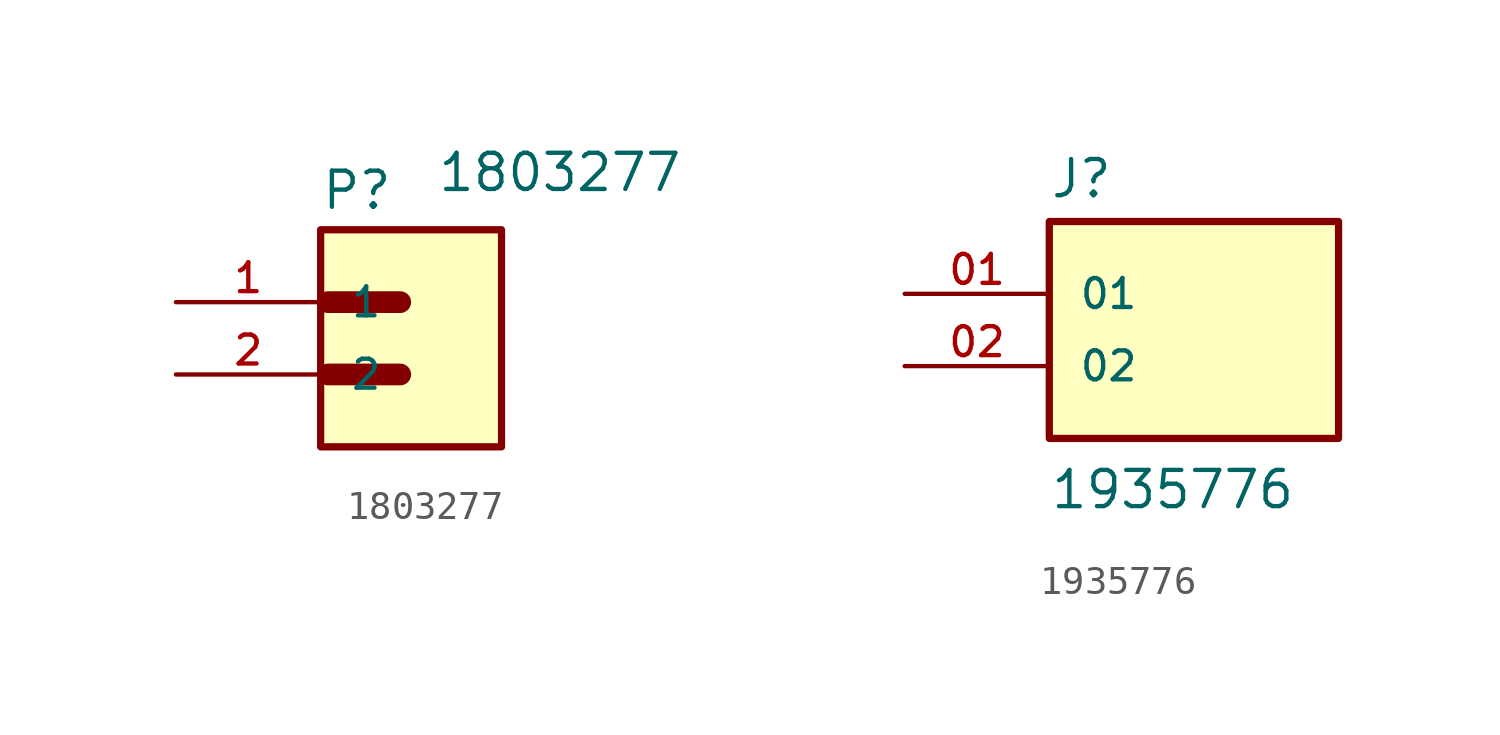
<source format=kicad_sym>
(kicad_symbol_lib
  (version 20220914)
  (generator kicad_symbol_editor)
  (symbol "1803277"
    (pin_names
      (offset 1.016))
    (property "Reference" "P"
      (at -4.071 4.452 0)
      (effects (font (size 1.27 1.27)) (justify left bottom)))
    (property "Value" "1803277"
      (at 0 5.08 0)
      (effects (font (size 1.27 1.27)) (justify left bottom)))
    (symbol "1803277_0_0"
      (rectangle (start -4.064 -3.81) (end 2.286 3.81) (stroke (width 0.254) (type default)) (fill (type background)))
      (polyline (pts (xy -3.81 -1.27) (xy -1.27 -1.27)) (stroke (width 0.762) (type default)) (fill (type none)))
      (polyline (pts (xy -3.81 1.27) (xy -1.27 1.27)) (stroke (width 0.762) (type default)) (fill (type none)))
      (pin passive line (at -9.144 1.27 0) (length 5.08) (name "1" (effects (font (size 1.016 1.016)))) (number "1" (effects (font (size 1.016 1.016)))))
      (pin passive line (at -9.144 -1.27 0) (length 5.08) (name "2" (effects (font (size 1.016 1.016)))) (number "2" (effects (font (size 1.016 1.016)))))))
  (symbol "1935776"
    (pin_names
      (offset 1.016))
    (property "Reference" "J"
      (at -5.08 5.842 0)
      (effects (font (size 1.27 1.27)) (justify left bottom)))
    (property "Value" "1935776"
      (at -5.08 -5.08 0)
      (effects (font (size 1.27 1.27)) (justify left bottom)))
    (symbol "1935776_0_0"
      (rectangle (start -5.08 5.08) (end 5.08 -2.54) (stroke (width 0.254) (type default)) (fill (type background)))
      (pin passive line (at -10.16 2.54 0) (length 5.08) (name "01" (effects (font (size 1.016 1.016)))) (number "01" (effects (font (size 1.016 1.016)))))
      (pin passive line (at -10.16 0 0) (length 5.08) (name "02" (effects (font (size 1.016 1.016)))) (number "02" (effects (font (size 1.016 1.016))))))))
</source>
